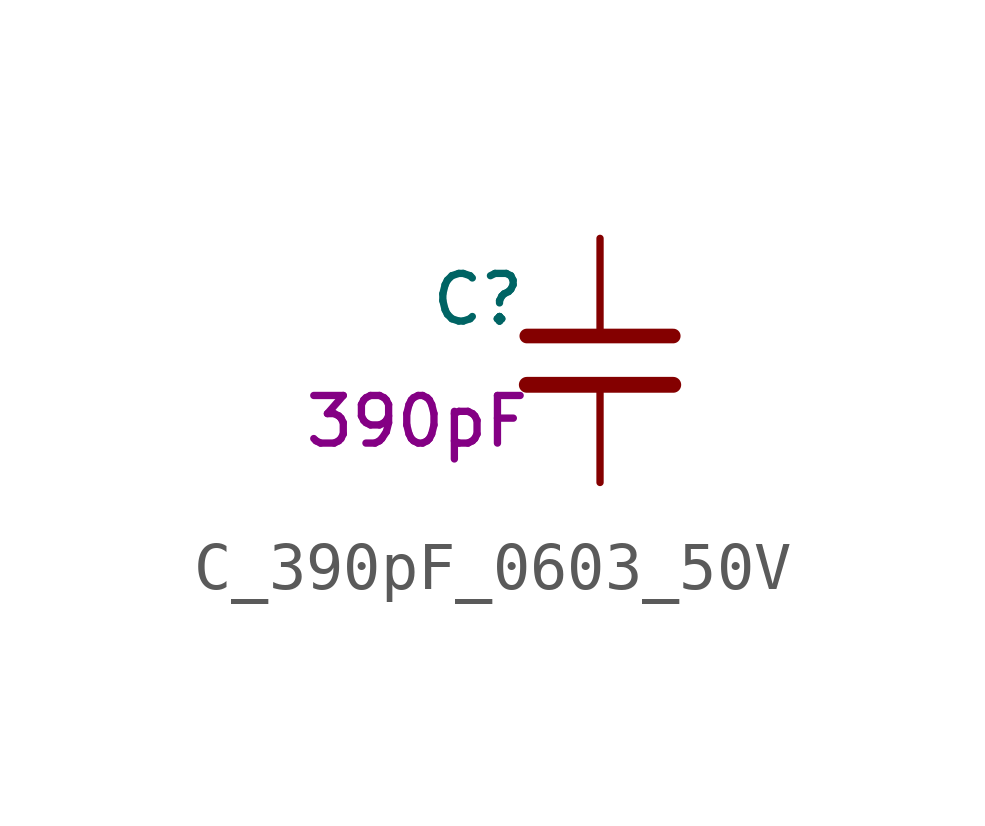
<source format=kicad_sym>
(kicad_symbol_lib
  (version 20220914)
  (generator kicad_symbol_editor)
  (symbol "C_390pF_0603_50V"
    (pin_numbers hide)
    (pin_names
      (offset 0))
    (property "Reference" "C"
      (at -2.54 1.27 0)
      (effects (font (size 0.991 0.991))))
    (property "Waarde" "390pF"
      (at -3.81 -1.27 0)
      (effects (font (size 0.991 0.991))))
    (symbol "C_390pF_0603_50V_0_1"
      (polyline (pts (xy -1.524 -0.508) (xy 1.524 -0.508)) (stroke (width 0.33) (type default)) (fill (type none)))
      (polyline (pts (xy -1.524 0.508) (xy 1.524 0.508)) (stroke (width 0.305) (type default)) (fill (type none))))
    (symbol "C_390pF_0603_50V_1_1"
      (pin passive line (at 0 2.54 270) (length 2.032) (name "~" (effects (font (size 1.27 1.27)))) (number "1" (effects (font (size 1.27 1.27)))))
      (pin passive line (at 0 -2.54 90) (length 2.032) (name "~" (effects (font (size 1.27 1.27)))) (number "2" (effects (font (size 1.27 1.27))))))))
</source>
